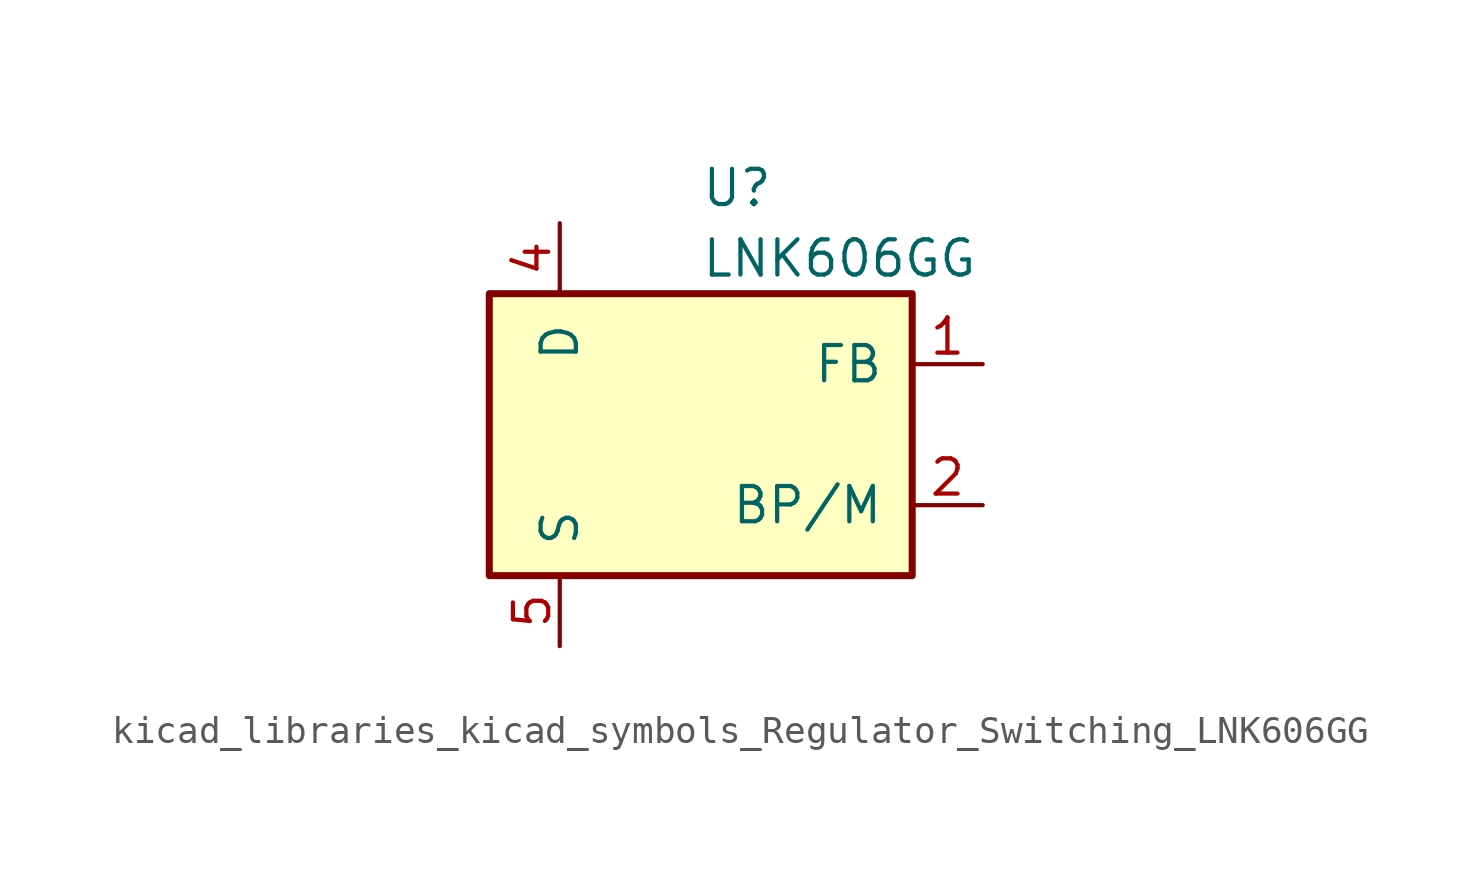
<source format=kicad_sym>
(kicad_symbol_lib
  (version 20220914)
  (generator kicad_symbol_editor)
  (symbol "kicad_libraries_kicad_symbols_Regulator_Switching_LNK606GG"
    (pin_names
      (offset 1.016))
    (property "Reference" "U"
      (at 0 8.89 0)
      (effects (font (size 1.27 1.27)) (justify left)))
    (property "Value" "LNK606GG"
      (at 0 6.35 0)
      (effects (font (size 1.27 1.27)) (justify left)))
    (symbol "kicad_libraries_kicad_symbols_Regulator_Switching_LNK606GG_0_1"
      (rectangle (start -7.62 5.08) (end 7.62 -5.08) (stroke (width 0.254) (type default)) (fill (type background))))
    (symbol "kicad_libraries_kicad_symbols_Regulator_Switching_LNK606GG_1_1"
      (pin input line (at 10.16 2.54 180) (length 2.54) (name "FB" (effects (font (size 1.27 1.27)))) (number "1" (effects (font (size 1.27 1.27)))))
      (pin input line (at 10.16 -2.54 180) (length 2.54) (name "BP/M" (effects (font (size 1.27 1.27)))) (number "2" (effects (font (size 1.27 1.27)))))
      (pin open_collector line (at -5.08 7.62 270) (length 2.54) (name "D" (effects (font (size 1.27 1.27)))) (number "4" (effects (font (size 1.27 1.27)))))
      (pin power_in line (at -5.08 -7.62 90) (length 2.54) (name "S" (effects (font (size 1.27 1.27)))) (number "5" (effects (font (size 1.27 1.27)))))
      (pin passive line (at -5.08 -7.62 90) (length 2.54) hide (name "S" (effects (font (size 1.27 1.27)))) (number "6" (effects (font (size 1.27 1.27)))))
      (pin passive line (at -5.08 -7.62 90) (length 2.54) hide (name "S" (effects (font (size 1.27 1.27)))) (number "7" (effects (font (size 1.27 1.27)))))
      (pin passive line (at -5.08 -7.62 90) (length 2.54) hide (name "S" (effects (font (size 1.27 1.27)))) (number "8" (effects (font (size 1.27 1.27))))))))
</source>
